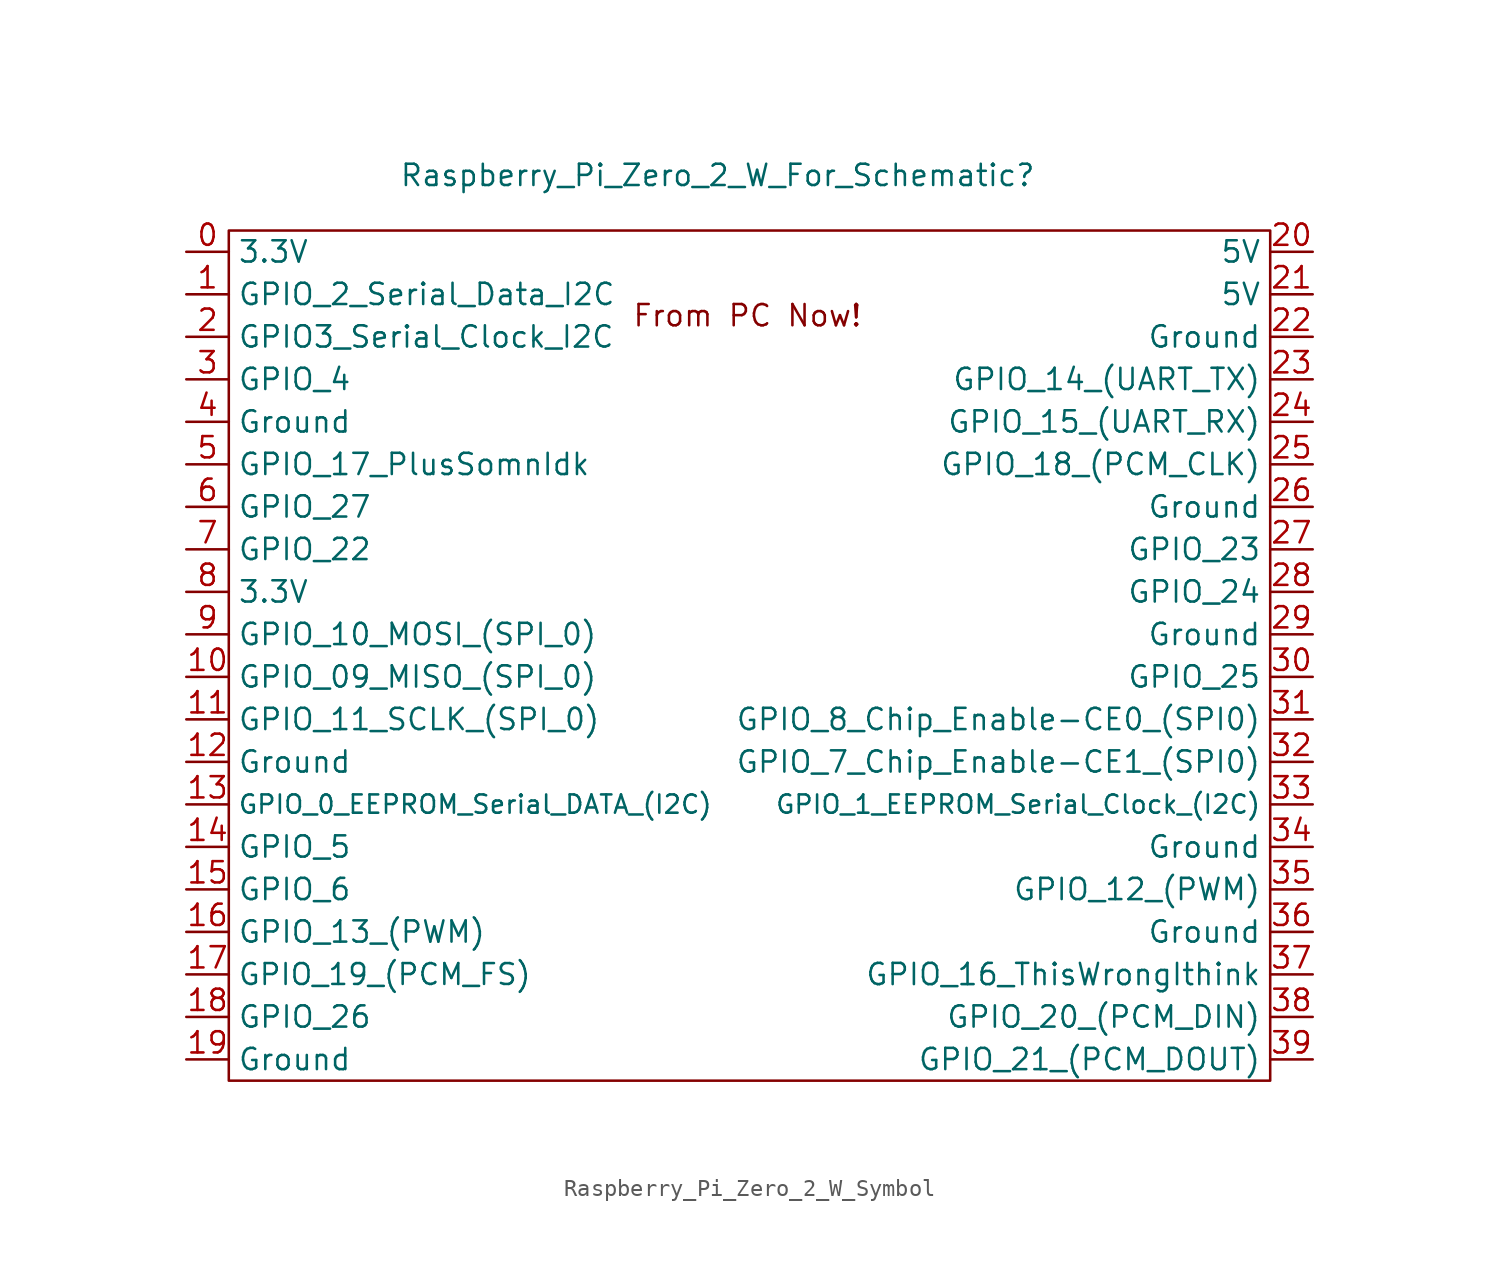
<source format=kicad_sym>
(kicad_symbol_lib
  (version 20231120)
  (generator "kicad_symbol_editor")
  (generator_version "8.0")
  (symbol "Raspberry_Pi_Zero_2_W_Symbol"
    (property "Reference" "Raspberry_Pi_Zero_2_W_For_Schematic"
      (at 0 21.082 0)
      (effects (font (size 1.27 1.27))))
    (property "Value" ""
      (at 0 0 0)
      (effects (font (size 1.27 1.27))))
    (symbol "Raspberry_Pi_Zero_2_W_Symbol_0_1"
      (rectangle (start -29.21 17.78) (end 33.02 -33.02) (stroke (width 0) (type default)) (fill (type none))))
    (symbol "Raspberry_Pi_Zero_2_W_Symbol_1_1"
      (text "From PC Now!" (at 1.778 12.7 0) (effects (font (size 1.27 1.27))))
      (pin input line (at -31.75 16.51 0) (length 2.54) (name "3.3V" (effects (font (size 1.27 1.27)))) (number "0" (effects (font (size 1.27 1.27)))))
      (pin input line (at -31.75 13.97 0) (length 2.54) (name "GPIO_2_Serial_Data_I2C" (effects (font (size 1.27 1.27)))) (number "1" (effects (font (size 1.27 1.27)))))
      (pin input line (at -31.75 -8.89 0) (length 2.54) (name "GPIO_09_MISO_(SPI_0)" (effects (font (size 1.27 1.27)))) (number "10" (effects (font (size 1.27 1.27)))))
      (pin input line (at -31.75 -11.43 0) (length 2.54) (name "GPIO_11_SCLK_(SPI_0)" (effects (font (size 1.27 1.27)))) (number "11" (effects (font (size 1.27 1.27)))))
      (pin input line (at -31.75 -13.97 0) (length 2.54) (name "Ground" (effects (font (size 1.27 1.27)))) (number "12" (effects (font (size 1.27 1.27)))))
      (pin input line (at -31.75 -16.51 0) (length 2.54) (name "GPIO_0_EEPROM_Serial_DATA_(I2C)" (effects (font (size 1.092 1.092)))) (number "13" (effects (font (size 1.27 1.27)))))
      (pin input line (at -31.75 -19.05 0) (length 2.54) (name "GPIO_5" (effects (font (size 1.27 1.27)))) (number "14" (effects (font (size 1.27 1.27)))))
      (pin input line (at -31.75 -21.59 0) (length 2.54) (name "GPIO_6" (effects (font (size 1.27 1.27)))) (number "15" (effects (font (size 1.27 1.27)))))
      (pin input line (at -31.75 -24.13 0) (length 2.54) (name "GPIO_13_(PWM)" (effects (font (size 1.27 1.27)))) (number "16" (effects (font (size 1.27 1.27)))))
      (pin input line (at -31.75 -26.67 0) (length 2.54) (name "GPIO_19_(PCM_FS)" (effects (font (size 1.245 1.245)))) (number "17" (effects (font (size 1.27 1.27)))))
      (pin input line (at -31.75 -29.21 0) (length 2.54) (name "GPIO_26" (effects (font (size 1.27 1.27)))) (number "18" (effects (font (size 1.27 1.27)))))
      (pin input line (at -31.75 -31.75 0) (length 2.54) (name "Ground" (effects (font (size 1.27 1.27)))) (number "19" (effects (font (size 1.27 1.27)))))
      (pin input line (at -31.75 11.43 0) (length 2.54) (name "GPIO3_Serial_Clock_I2C" (effects (font (size 1.27 1.27)))) (number "2" (effects (font (size 1.27 1.27)))))
      (pin input line (at 35.56 16.51 180) (length 2.54) (name "5V" (effects (font (size 1.27 1.27)))) (number "20" (effects (font (size 1.27 1.27)))))
      (pin input line (at 35.56 13.97 180) (length 2.54) (name "5V" (effects (font (size 1.27 1.27)))) (number "21" (effects (font (size 1.27 1.27)))))
      (pin input line (at 35.56 11.43 180) (length 2.54) (name "Ground" (effects (font (size 1.27 1.27)))) (number "22" (effects (font (size 1.27 1.27)))))
      (pin input line (at 35.56 8.89 180) (length 2.54) (name "GPIO_14_(UART_TX)" (effects (font (size 1.27 1.27)))) (number "23" (effects (font (size 1.27 1.27)))))
      (pin input line (at 35.56 6.35 180) (length 2.54) (name "GPIO_15_(UART_RX)" (effects (font (size 1.27 1.27)))) (number "24" (effects (font (size 1.27 1.27)))))
      (pin input line (at 35.56 3.81 180) (length 2.54) (name "GPIO_18_(PCM_CLK)" (effects (font (size 1.27 1.27)))) (number "25" (effects (font (size 1.27 1.27)))))
      (pin input line (at 35.56 1.27 180) (length 2.54) (name "Ground" (effects (font (size 1.27 1.27)))) (number "26" (effects (font (size 1.27 1.27)))))
      (pin input line (at 35.56 -1.27 180) (length 2.54) (name "GPIO_23" (effects (font (size 1.27 1.27)))) (number "27" (effects (font (size 1.27 1.27)))))
      (pin input line (at 35.56 -3.81 180) (length 2.54) (name "GPIO_24" (effects (font (size 1.27 1.27)))) (number "28" (effects (font (size 1.27 1.27)))))
      (pin input line (at 35.56 -6.35 180) (length 2.54) (name "Ground" (effects (font (size 1.27 1.27)))) (number "29" (effects (font (size 1.27 1.27)))))
      (pin input line (at -31.75 8.89 0) (length 2.54) (name "GPIO_4" (effects (font (size 1.27 1.27)))) (number "3" (effects (font (size 1.27 1.27)))))
      (pin input line (at 35.56 -8.89 180) (length 2.54) (name "GPIO_25" (effects (font (size 1.27 1.27)))) (number "30" (effects (font (size 1.27 1.27)))))
      (pin input line (at 35.56 -11.43 180) (length 2.54) (name "GPIO_8_Chip_Enable-CE0_(SPI0)" (effects (font (size 1.27 1.27)))) (number "31" (effects (font (size 1.27 1.27)))))
      (pin input line (at 35.56 -13.97 180) (length 2.54) (name "GPIO_7_Chip_Enable-CE1_(SPI0)" (effects (font (size 1.27 1.27)))) (number "32" (effects (font (size 1.27 1.27)))))
      (pin input line (at 35.56 -16.51 180) (length 2.54) (name "GPIO_1_EEPROM_Serial_Clock_(I2C)" (effects (font (size 1.092 1.092)))) (number "33" (effects (font (size 1.27 1.27)))))
      (pin input line (at 35.56 -19.05 180) (length 2.54) (name "Ground" (effects (font (size 1.27 1.27)))) (number "34" (effects (font (size 1.27 1.27)))))
      (pin input line (at 35.56 -21.59 180) (length 2.54) (name "GPIO_12_(PWM)" (effects (font (size 1.27 1.27)))) (number "35" (effects (font (size 1.27 1.27)))))
      (pin input line (at 35.56 -24.13 180) (length 2.54) (name "Ground" (effects (font (size 1.27 1.27)))) (number "36" (effects (font (size 1.27 1.27)))))
      (pin input line (at 35.56 -26.67 180) (length 2.54) (name "GPIO_16_ThisWrongIthink" (effects (font (size 1.27 1.27)))) (number "37" (effects (font (size 1.27 1.27)))))
      (pin input line (at 35.56 -29.21 180) (length 2.54) (name "GPIO_20_(PCM_DIN)" (effects (font (size 1.27 1.27)))) (number "38" (effects (font (size 1.27 1.27)))))
      (pin input line (at 35.56 -31.75 180) (length 2.54) (name "GPIO_21_(PCM_DOUT)" (effects (font (size 1.27 1.27)))) (number "39" (effects (font (size 1.27 1.27)))))
      (pin input line (at -31.75 6.35 0) (length 2.54) (name "Ground" (effects (font (size 1.27 1.27)))) (number "4" (effects (font (size 1.27 1.27)))))
      (pin input line (at -31.75 3.81 0) (length 2.54) (name "GPIO_17_PlusSomnIdk" (effects (font (size 1.27 1.27)))) (number "5" (effects (font (size 1.27 1.27)))))
      (pin input line (at -31.75 1.27 0) (length 2.54) (name "GPIO_27" (effects (font (size 1.27 1.27)))) (number "6" (effects (font (size 1.27 1.27)))))
      (pin input line (at -31.75 -1.27 0) (length 2.54) (name "GPIO_22" (effects (font (size 1.27 1.27)))) (number "7" (effects (font (size 1.27 1.27)))))
      (pin input line (at -31.75 -3.81 0) (length 2.54) (name "3.3V" (effects (font (size 1.27 1.27)))) (number "8" (effects (font (size 1.27 1.27)))))
      (pin input line (at -31.75 -6.35 0) (length 2.54) (name "GPIO_10_MOSI_(SPI_0)" (effects (font (size 1.27 1.27)))) (number "9" (effects (font (size 1.27 1.27))))))))
</source>
